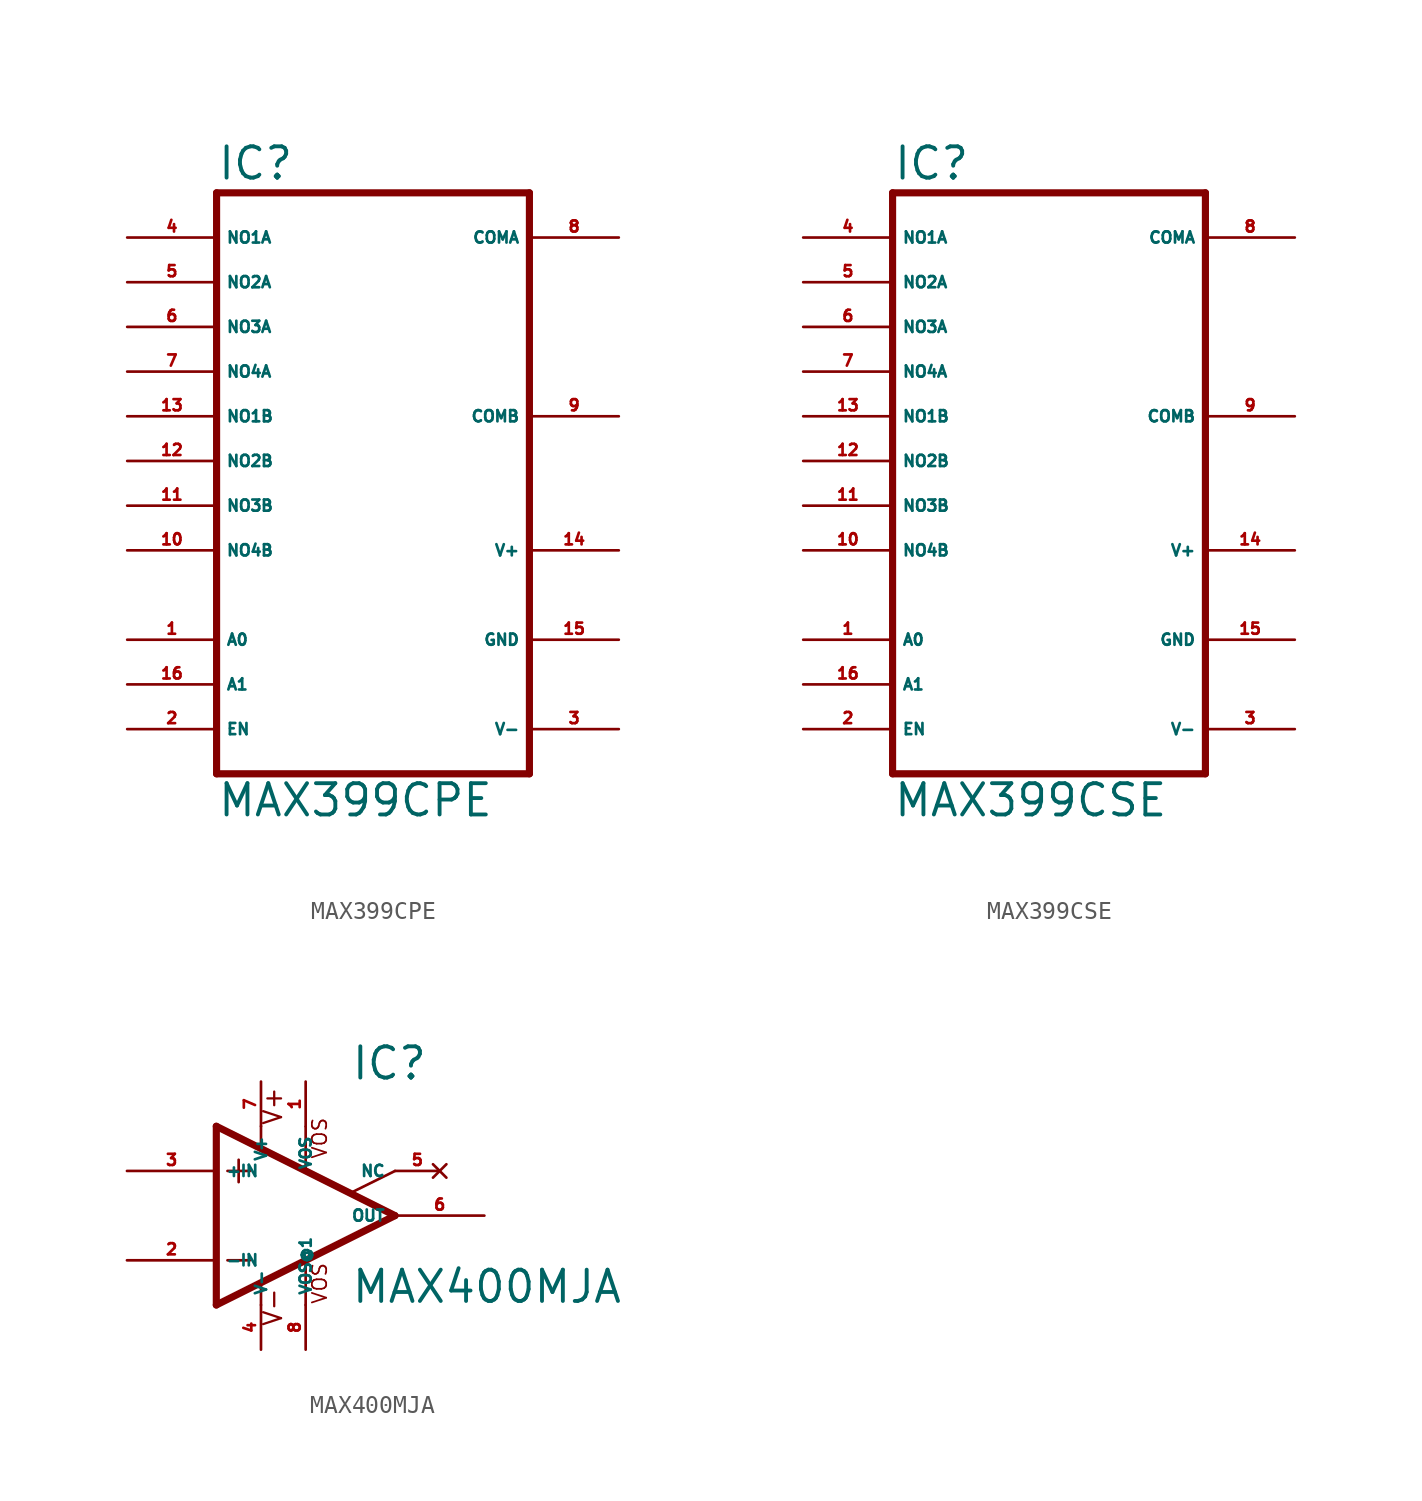
<source format=kicad_sym>
(kicad_symbol_lib
  (version 20220914)
  (generator Eagle2Kicad)
  (symbol "MAX399CPE"
    (property "Reference" "IC"
      (at -7.62 18.415 0)
      (effects (font (size 1.778 1.778) (thickness 0.22)) (justify left bottom)))
    (property "Value" "MAX399CPE"
      (at -7.62 -17.78 0)
      (effects (font (size 1.778 1.778) (thickness 0.22)) (justify left bottom)))
    (polyline
      (pts (xy -7.62 -15.24) (xy 10.16 -15.24))
      (stroke (width 0.406) (type default))
      (fill (type none)))
    (polyline
      (pts (xy 10.16 -15.24) (xy 10.16 17.78))
      (stroke (width 0.406) (type default))
      (fill (type none)))
    (polyline
      (pts (xy 10.16 17.78) (xy -7.62 17.78))
      (stroke (width 0.406) (type default))
      (fill (type none)))
    (polyline
      (pts (xy -7.62 17.78) (xy -7.62 -15.24))
      (stroke (width 0.406) (type default))
      (fill (type none)))
    (pin input line
      (at -12.7 -7.62 0)
      (length 5.08)
      (name "A0" (effects (font (size 0.635 0.635) (thickness 0.08)) (justify left bottom)))
      (number "1" (effects (font (size 0.635 0.635) (thickness 0.08)) (justify left bottom))))
    (pin input line
      (at -12.7 -10.16 0)
      (length 5.08)
      (name "A1" (effects (font (size 0.635 0.635) (thickness 0.08)) (justify left bottom)))
      (number "16" (effects (font (size 0.635 0.635) (thickness 0.08)) (justify left bottom))))
    (pin passive line
      (at -12.7 15.24 0)
      (length 5.08)
      (name "NO1A" (effects (font (size 0.635 0.635) (thickness 0.08)) (justify left bottom)))
      (number "4" (effects (font (size 0.635 0.635) (thickness 0.08)) (justify left bottom))))
    (pin passive line
      (at -12.7 12.7 0)
      (length 5.08)
      (name "NO2A" (effects (font (size 0.635 0.635) (thickness 0.08)) (justify left bottom)))
      (number "5" (effects (font (size 0.635 0.635) (thickness 0.08)) (justify left bottom))))
    (pin passive line
      (at 15.24 15.24 180)
      (length 5.08)
      (name "COMA" (effects (font (size 0.635 0.635) (thickness 0.08)) (justify left bottom)))
      (number "8" (effects (font (size 0.635 0.635) (thickness 0.08)) (justify left bottom))))
    (pin input line
      (at -12.7 -12.7 0)
      (length 5.08)
      (name "EN" (effects (font (size 0.635 0.635) (thickness 0.08)) (justify left bottom)))
      (number "2" (effects (font (size 0.635 0.635) (thickness 0.08)) (justify left bottom))))
    (pin unspecified line
      (at 15.24 -2.54 180)
      (length 5.08)
      (name "V+" (effects (font (size 0.635 0.635) (thickness 0.08)) (justify left bottom)))
      (number "14" (effects (font (size 0.635 0.635) (thickness 0.08)) (justify left bottom))))
    (pin unspecified line
      (at 15.24 -7.62 180)
      (length 5.08)
      (name "GND" (effects (font (size 0.635 0.635) (thickness 0.08)) (justify left bottom)))
      (number "15" (effects (font (size 0.635 0.635) (thickness 0.08)) (justify left bottom))))
    (pin unspecified line
      (at 15.24 -12.7 180)
      (length 5.08)
      (name "V-" (effects (font (size 0.635 0.635) (thickness 0.08)) (justify left bottom)))
      (number "3" (effects (font (size 0.635 0.635) (thickness 0.08)) (justify left bottom))))
    (pin passive line
      (at -12.7 0 0)
      (length 5.08)
      (name "NO3B" (effects (font (size 0.635 0.635) (thickness 0.08)) (justify left bottom)))
      (number "11" (effects (font (size 0.635 0.635) (thickness 0.08)) (justify left bottom))))
    (pin passive line
      (at -12.7 5.08 0)
      (length 5.08)
      (name "NO1B" (effects (font (size 0.635 0.635) (thickness 0.08)) (justify left bottom)))
      (number "13" (effects (font (size 0.635 0.635) (thickness 0.08)) (justify left bottom))))
    (pin passive line
      (at -12.7 2.54 0)
      (length 5.08)
      (name "NO2B" (effects (font (size 0.635 0.635) (thickness 0.08)) (justify left bottom)))
      (number "12" (effects (font (size 0.635 0.635) (thickness 0.08)) (justify left bottom))))
    (pin passive line
      (at -12.7 10.16 0)
      (length 5.08)
      (name "NO3A" (effects (font (size 0.635 0.635) (thickness 0.08)) (justify left bottom)))
      (number "6" (effects (font (size 0.635 0.635) (thickness 0.08)) (justify left bottom))))
    (pin passive line
      (at -12.7 7.62 0)
      (length 5.08)
      (name "NO4A" (effects (font (size 0.635 0.635) (thickness 0.08)) (justify left bottom)))
      (number "7" (effects (font (size 0.635 0.635) (thickness 0.08)) (justify left bottom))))
    (pin passive line
      (at 15.24 5.08 180)
      (length 5.08)
      (name "COMB" (effects (font (size 0.635 0.635) (thickness 0.08)) (justify left bottom)))
      (number "9" (effects (font (size 0.635 0.635) (thickness 0.08)) (justify left bottom))))
    (pin passive line
      (at -12.7 -2.54 0)
      (length 5.08)
      (name "NO4B" (effects (font (size 0.635 0.635) (thickness 0.08)) (justify left bottom)))
      (number "10" (effects (font (size 0.635 0.635) (thickness 0.08)) (justify left bottom)))))
  (symbol "MAX399CSE"
    (property "Reference" "IC"
      (at -7.62 18.415 0)
      (effects (font (size 1.778 1.778) (thickness 0.22)) (justify left bottom)))
    (property "Value" "MAX399CSE"
      (at -7.62 -17.78 0)
      (effects (font (size 1.778 1.778) (thickness 0.22)) (justify left bottom)))
    (polyline
      (pts (xy -7.62 -15.24) (xy 10.16 -15.24))
      (stroke (width 0.406) (type default))
      (fill (type none)))
    (polyline
      (pts (xy 10.16 -15.24) (xy 10.16 17.78))
      (stroke (width 0.406) (type default))
      (fill (type none)))
    (polyline
      (pts (xy 10.16 17.78) (xy -7.62 17.78))
      (stroke (width 0.406) (type default))
      (fill (type none)))
    (polyline
      (pts (xy -7.62 17.78) (xy -7.62 -15.24))
      (stroke (width 0.406) (type default))
      (fill (type none)))
    (pin input line
      (at -12.7 -7.62 0)
      (length 5.08)
      (name "A0" (effects (font (size 0.635 0.635) (thickness 0.08)) (justify left bottom)))
      (number "1" (effects (font (size 0.635 0.635) (thickness 0.08)) (justify left bottom))))
    (pin input line
      (at -12.7 -10.16 0)
      (length 5.08)
      (name "A1" (effects (font (size 0.635 0.635) (thickness 0.08)) (justify left bottom)))
      (number "16" (effects (font (size 0.635 0.635) (thickness 0.08)) (justify left bottom))))
    (pin passive line
      (at -12.7 15.24 0)
      (length 5.08)
      (name "NO1A" (effects (font (size 0.635 0.635) (thickness 0.08)) (justify left bottom)))
      (number "4" (effects (font (size 0.635 0.635) (thickness 0.08)) (justify left bottom))))
    (pin passive line
      (at -12.7 12.7 0)
      (length 5.08)
      (name "NO2A" (effects (font (size 0.635 0.635) (thickness 0.08)) (justify left bottom)))
      (number "5" (effects (font (size 0.635 0.635) (thickness 0.08)) (justify left bottom))))
    (pin passive line
      (at 15.24 15.24 180)
      (length 5.08)
      (name "COMA" (effects (font (size 0.635 0.635) (thickness 0.08)) (justify left bottom)))
      (number "8" (effects (font (size 0.635 0.635) (thickness 0.08)) (justify left bottom))))
    (pin input line
      (at -12.7 -12.7 0)
      (length 5.08)
      (name "EN" (effects (font (size 0.635 0.635) (thickness 0.08)) (justify left bottom)))
      (number "2" (effects (font (size 0.635 0.635) (thickness 0.08)) (justify left bottom))))
    (pin unspecified line
      (at 15.24 -2.54 180)
      (length 5.08)
      (name "V+" (effects (font (size 0.635 0.635) (thickness 0.08)) (justify left bottom)))
      (number "14" (effects (font (size 0.635 0.635) (thickness 0.08)) (justify left bottom))))
    (pin unspecified line
      (at 15.24 -7.62 180)
      (length 5.08)
      (name "GND" (effects (font (size 0.635 0.635) (thickness 0.08)) (justify left bottom)))
      (number "15" (effects (font (size 0.635 0.635) (thickness 0.08)) (justify left bottom))))
    (pin unspecified line
      (at 15.24 -12.7 180)
      (length 5.08)
      (name "V-" (effects (font (size 0.635 0.635) (thickness 0.08)) (justify left bottom)))
      (number "3" (effects (font (size 0.635 0.635) (thickness 0.08)) (justify left bottom))))
    (pin passive line
      (at -12.7 0 0)
      (length 5.08)
      (name "NO3B" (effects (font (size 0.635 0.635) (thickness 0.08)) (justify left bottom)))
      (number "11" (effects (font (size 0.635 0.635) (thickness 0.08)) (justify left bottom))))
    (pin passive line
      (at -12.7 5.08 0)
      (length 5.08)
      (name "NO1B" (effects (font (size 0.635 0.635) (thickness 0.08)) (justify left bottom)))
      (number "13" (effects (font (size 0.635 0.635) (thickness 0.08)) (justify left bottom))))
    (pin passive line
      (at -12.7 2.54 0)
      (length 5.08)
      (name "NO2B" (effects (font (size 0.635 0.635) (thickness 0.08)) (justify left bottom)))
      (number "12" (effects (font (size 0.635 0.635) (thickness 0.08)) (justify left bottom))))
    (pin passive line
      (at -12.7 10.16 0)
      (length 5.08)
      (name "NO3A" (effects (font (size 0.635 0.635) (thickness 0.08)) (justify left bottom)))
      (number "6" (effects (font (size 0.635 0.635) (thickness 0.08)) (justify left bottom))))
    (pin passive line
      (at -12.7 7.62 0)
      (length 5.08)
      (name "NO4A" (effects (font (size 0.635 0.635) (thickness 0.08)) (justify left bottom)))
      (number "7" (effects (font (size 0.635 0.635) (thickness 0.08)) (justify left bottom))))
    (pin passive line
      (at 15.24 5.08 180)
      (length 5.08)
      (name "COMB" (effects (font (size 0.635 0.635) (thickness 0.08)) (justify left bottom)))
      (number "9" (effects (font (size 0.635 0.635) (thickness 0.08)) (justify left bottom))))
    (pin passive line
      (at -12.7 -2.54 0)
      (length 5.08)
      (name "NO4B" (effects (font (size 0.635 0.635) (thickness 0.08)) (justify left bottom)))
      (number "10" (effects (font (size 0.635 0.635) (thickness 0.08)) (justify left bottom)))))
  (symbol "MAX400MJA"
    (property "Reference" "IC"
      (at 2.54 7.62 0)
      (effects (font (size 1.778 1.778) (thickness 0.22)) (justify left bottom)))
    (property "Value" "MAX400MJA"
      (at 2.54 -5.08 0)
      (effects (font (size 1.778 1.778) (thickness 0.22)) (justify left bottom)))
    (polyline
      (pts (xy -3.81 3.175) (xy -3.81 1.905))
      (stroke (width 0.152) (type default))
      (fill (type none)))
    (polyline
      (pts (xy -4.445 2.54) (xy -3.175 2.54))
      (stroke (width 0.152) (type default))
      (fill (type none)))
    (polyline
      (pts (xy -4.445 -2.54) (xy -3.175 -2.54))
      (stroke (width 0.152) (type default))
      (fill (type none)))
    (polyline
      (pts (xy -2.54 5.08) (xy -2.54 3.886))
      (stroke (width 0.152) (type default))
      (fill (type none)))
    (polyline
      (pts (xy 0 5.055) (xy 0 2.616))
      (stroke (width 0.152) (type default))
      (fill (type none)))
    (polyline
      (pts (xy 0 -2.616) (xy 0 -5.08))
      (stroke (width 0.152) (type default))
      (fill (type none)))
    (polyline
      (pts (xy -2.54 -3.912) (xy -2.54 -5.08))
      (stroke (width 0.152) (type default))
      (fill (type none)))
    (polyline
      (pts (xy 5.08 2.54) (xy 2.616 1.321))
      (stroke (width 0.152) (type default))
      (fill (type none)))
    (polyline
      (pts (xy 5.08 0) (xy -5.08 5.08))
      (stroke (width 0.406) (type default))
      (fill (type none)))
    (polyline
      (pts (xy -5.08 5.08) (xy -5.08 -5.08))
      (stroke (width 0.406) (type default))
      (fill (type none)))
    (polyline
      (pts (xy -5.08 -5.08) (xy 5.08 0))
      (stroke (width 0.406) (type default))
      (fill (type none)))
    (text "VOS"
      (at 1.27 3.175 900)
      (effects (font (size 0.813 0.813) (thickness 0.10)) (justify left bottom)))
    (text "VOS"
      (at 1.27 -5.08 900)
      (effects (font (size 0.813 0.813) (thickness 0.10)) (justify left bottom)))
    (text "V+"
      (at -1.27 5.08 900)
      (effects (font (size 1.016 1.016) (thickness 0.13)) (justify left bottom)))
    (text "V-"
      (at -1.27 -6.35 900)
      (effects (font (size 1.016 1.016) (thickness 0.13)) (justify left bottom)))
    (pin no_connect line
      (at 7.62 2.54 180)
      (length 2.54)
      (name "NC" (effects (font (size 0.635 0.635) (thickness 0.08)) (justify left bottom) hide))
      (number "5" (effects (font (size 0.635 0.635) (thickness 0.08)) (justify left bottom) hide)))
    (pin passive line
      (at 0 7.62 270)
      (length 2.54)
      (name "VOS" (effects (font (size 0.635 0.635) (thickness 0.08)) (justify left bottom)))
      (number "1" (effects (font (size 0.635 0.635) (thickness 0.08)) (justify left bottom))))
    (pin input line
      (at -10.16 -2.54 0)
      (length 5.08)
      (name "-IN" (effects (font (size 0.635 0.635) (thickness 0.08)) (justify left bottom)))
      (number "2" (effects (font (size 0.635 0.635) (thickness 0.08)) (justify left bottom))))
    (pin input line
      (at -10.16 2.54 0)
      (length 5.08)
      (name "+IN" (effects (font (size 0.635 0.635) (thickness 0.08)) (justify left bottom)))
      (number "3" (effects (font (size 0.635 0.635) (thickness 0.08)) (justify left bottom))))
    (pin output line
      (at 10.16 0 180)
      (length 5.08)
      (name "OUT" (effects (font (size 0.635 0.635) (thickness 0.08)) (justify left bottom)))
      (number "6" (effects (font (size 0.635 0.635) (thickness 0.08)) (justify left bottom))))
    (pin passive line
      (at 0 -7.62 90)
      (length 2.54)
      (name "VOS@1" (effects (font (size 0.635 0.635) (thickness 0.08)) (justify left bottom)))
      (number "8" (effects (font (size 0.635 0.635) (thickness 0.08)) (justify left bottom))))
    (pin unspecified line
      (at -2.54 7.62 270)
      (length 2.54)
      (name "V+" (effects (font (size 0.635 0.635) (thickness 0.08)) (justify left bottom)))
      (number "7" (effects (font (size 0.635 0.635) (thickness 0.08)) (justify left bottom))))
    (pin unspecified line
      (at -2.54 -7.62 90)
      (length 2.54)
      (name "V-" (effects (font (size 0.635 0.635) (thickness 0.08)) (justify left bottom)))
      (number "4" (effects (font (size 0.635 0.635) (thickness 0.08)) (justify left bottom))))))
</source>
